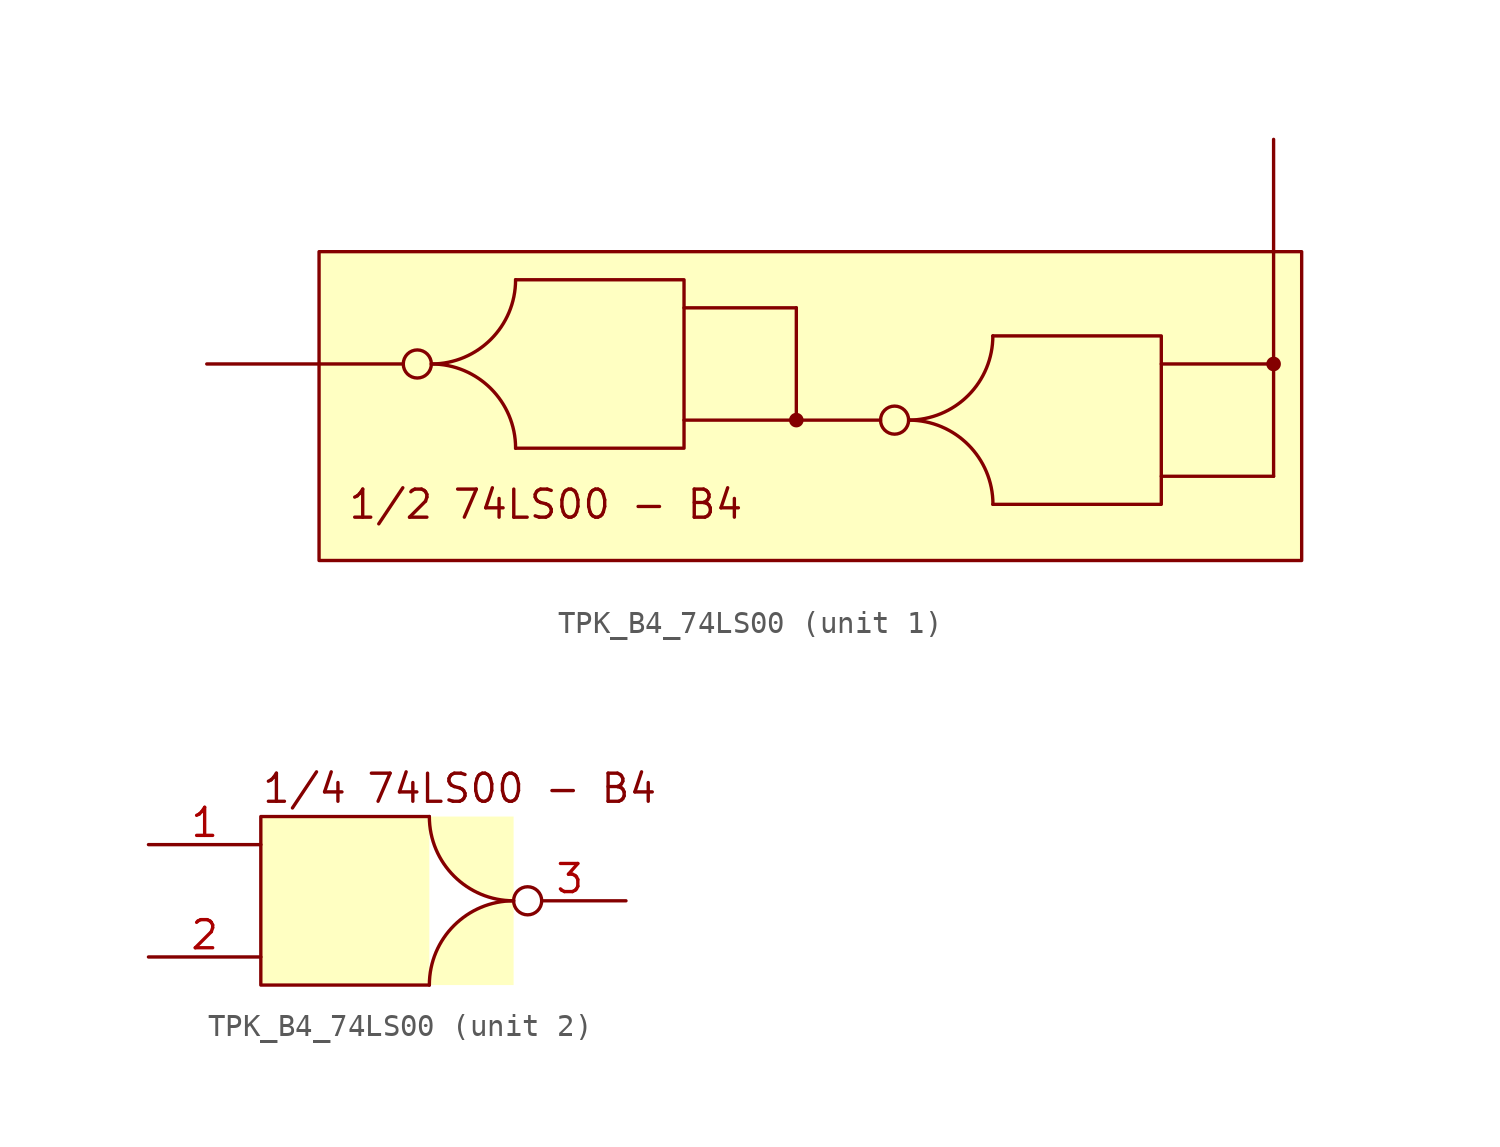
<source format=kicad_sym>
(kicad_symbol_lib
  (version 20211014)
  (generator kicad_symbol_editor)
  (symbol "TPK_B4_74LS00"
    (property "Reference" "U"
      (at -33.02 19.685 0)
      (effects (font (size 1.27 1.27)) hide))
    (property "ki_locked" ""
      (at 0 0 0)
      (effects (font (size 1.27 1.27))))
    (symbol "TPK_B4_74LS00_1_1"
      (polyline (pts (xy 0 -5.08) (xy 3.81 -5.08)) (stroke (width 0) (type default) (color 0 0 0 0)) (fill (type none)))
      (polyline (pts (xy 16.51 -7.62) (xy 21.59 -7.62)) (stroke (width 0) (type default) (color 0 0 0 0)) (fill (type none)))
      (polyline (pts (xy 16.51 -2.54) (xy 21.59 -2.54)) (stroke (width 0) (type default) (color 0 0 0 0)) (fill (type none)))
      (polyline (pts (xy 21.59 -7.62) (xy 25.4 -7.62)) (stroke (width 0) (type default) (color 0 0 0 0)) (fill (type none)))
      (polyline (pts (xy 21.59 -2.54) (xy 21.59 -7.62)) (stroke (width 0) (type default) (color 0 0 0 0)) (fill (type none)))
      (polyline (pts (xy 38.1 -10.16) (xy 43.18 -10.16)) (stroke (width 0) (type default) (color 0 0 0 0)) (fill (type none)))
      (polyline (pts (xy 38.1 -5.08) (xy 43.18 -5.08)) (stroke (width 0) (type default) (color 0 0 0 0)) (fill (type none)))
      (polyline (pts (xy 43.18 -10.16) (xy 43.18 -5.08)) (stroke (width 0) (type default) (color 0 0 0 0)) (fill (type none)))
      (polyline (pts (xy 43.18 -5.08) (xy 43.18 0)) (stroke (width 0) (type default) (color 0 0 0 0)) (fill (type none)))
      (polyline (pts (xy 8.89 -1.27) (xy 16.51 -1.27) (xy 16.51 -8.89) (xy 8.89 -8.89)) (stroke (width 0) (type default) (color 0 0 0 0)) (fill (type background)))
      (polyline (pts (xy 30.48 -3.81) (xy 38.1 -3.81) (xy 38.1 -11.43) (xy 30.48 -11.43)) (stroke (width 0) (type default) (color 0 0 0 0)) (fill (type background)))
      (rectangle (start 0 0) (end 44.45 -13.97) (stroke (width 0) (type default) (color 0 0 0 0)) (fill (type background)))
      (circle (center 4.445 -5.08) (radius 0.635) (stroke (width 0) (type default) (color 0 0 0 0)) (fill (type none)))
      (arc (start 5.08 -5.08) (mid 11.5841 -7.7741) (end 8.89 -1.27) (stroke (width 0) (type default) (color 0 0 0 0)) (fill (type background)))
      (arc (start 8.89 -8.89) (mid 11.5841 -2.3859) (end 5.08 -5.08) (stroke (width 0) (type default) (color 0 0 0 0)) (fill (type background)))
      (circle (center 21.59 -7.62) (radius 0.254) (stroke (width 0) (type default) (color 0 0 0 0)) (fill (type outline)))
      (circle (center 26.035 -7.62) (radius 0.635) (stroke (width 0) (type default) (color 0 0 0 0)) (fill (type none)))
      (arc (start 26.67 -7.62) (mid 33.1741 -10.3141) (end 30.48 -3.81) (stroke (width 0) (type default) (color 0 0 0 0)) (fill (type background)))
      (arc (start 30.48 -11.43) (mid 33.1741 -4.9259) (end 26.67 -7.62) (stroke (width 0) (type default) (color 0 0 0 0)) (fill (type background)))
      (circle (center 43.18 -5.08) (radius 0.254) (stroke (width 0) (type default) (color 0 0 0 0)) (fill (type outline)))
      (text "1/2 74LS00 - B4" (at 1.27 -11.43 0) (effects (font (size 1.27 1.27)) (justify left)))
      (pin passive line (at -5.08 -5.08 0) (length 5.08) (name "" (effects (font (size 1.27 1.27)))) (number "" (effects (font (size 1.27 1.27)))))
      (pin passive line (at 43.18 5.08 270) (length 5.08) (name "" (effects (font (size 1.27 1.27)))) (number "" (effects (font (size 1.27 1.27))))))
    (symbol "TPK_B4_74LS00_2_1"
      (polyline (pts (xy 3.81 -3.81) (xy -3.81 -3.81) (xy -3.81 3.81) (xy 3.81 3.81)) (stroke (width 0) (type default) (color 0 0 0 0)) (fill (type background)))
      (arc (start 3.81 3.81) (mid 1.1159 -2.6941) (end 7.62 0) (stroke (width 0) (type default) (color 0 0 0 0)) (fill (type background)))
      (arc (start 7.62 0) (mid 1.1159 2.6941) (end 3.81 -3.81) (stroke (width 0) (type default) (color 0 0 0 0)) (fill (type background)))
      (text "1/4 74LS00 - B4" (at -3.81 5.08 0) (effects (font (size 1.27 1.27)) (justify left)))
      (pin input line (at -8.89 2.54 0) (length 5.08) (name "" (effects (font (size 1.27 1.27)))) (number "1" (effects (font (size 1.27 1.27)))))
      (pin input line (at -8.89 -2.54 0) (length 5.08) (name "" (effects (font (size 1.27 1.27)))) (number "2" (effects (font (size 1.27 1.27)))))
      (pin input inverted (at 12.7 0 180) (length 5.08) (name "" (effects (font (size 1.27 1.27)))) (number "3" (effects (font (size 1.27 1.27))))))))
</source>
